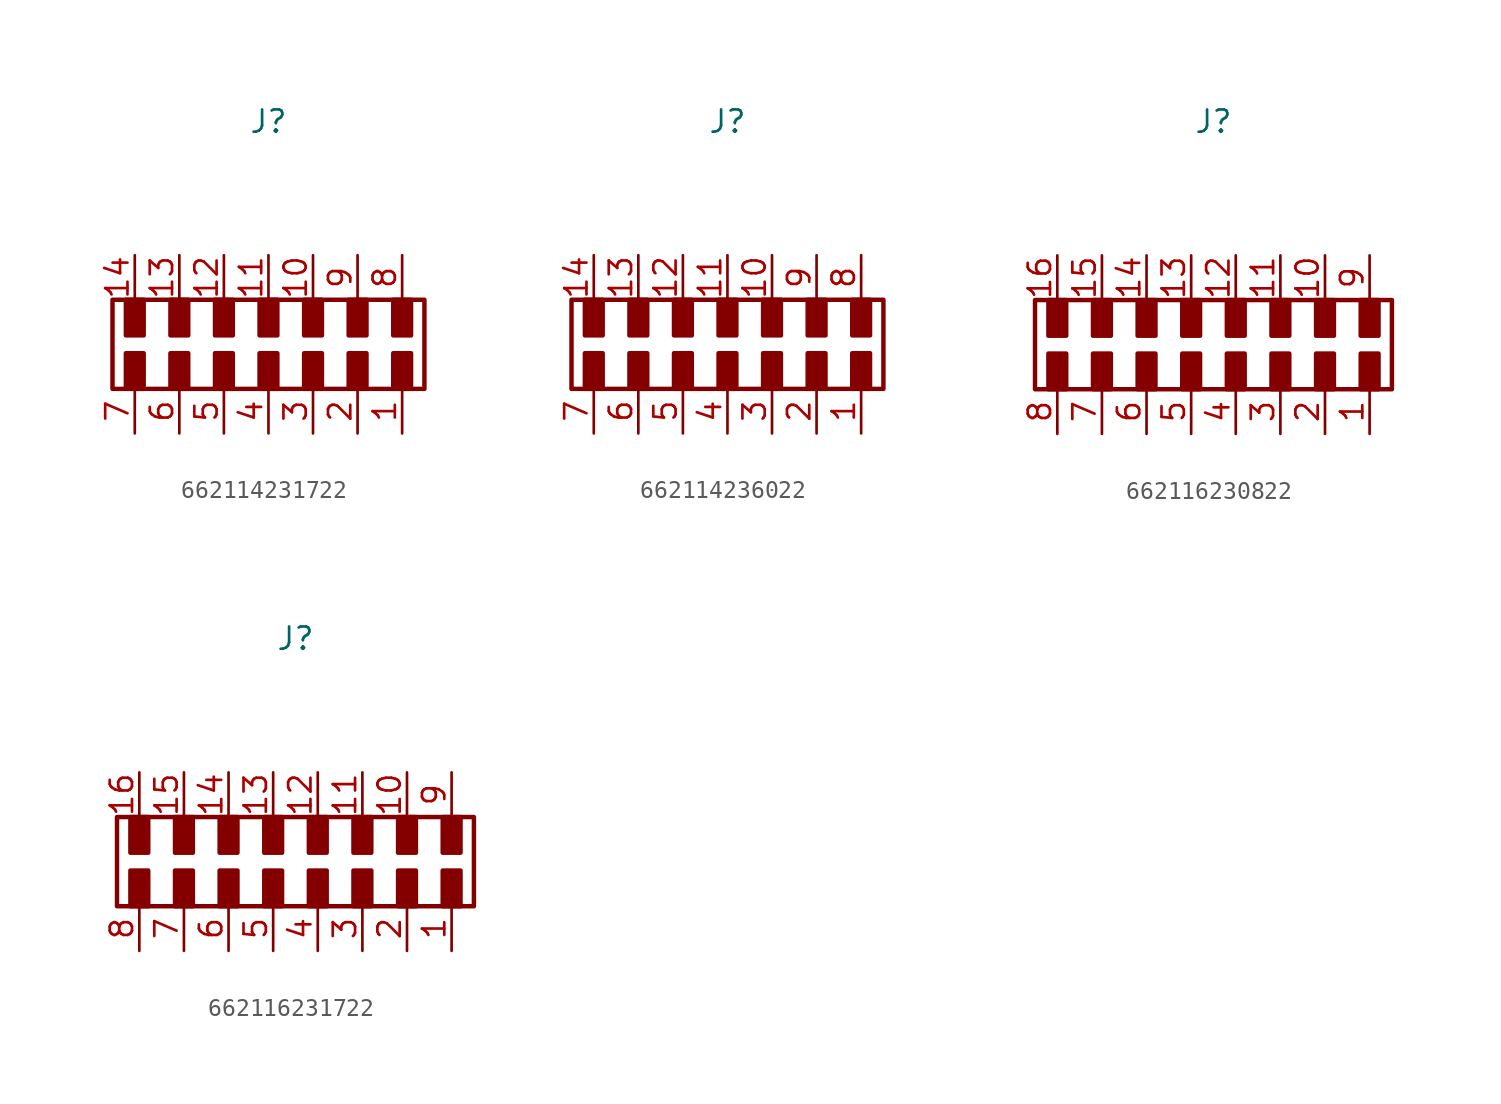
<source format=kicad_sym>
(kicad_symbol_lib
  (version 20241209)
  (generator "kicad_symbol_editor")
  (generator_version "9.0")
  (symbol "662114231722"
    (pin_names
      (hide yes))
    (property "Reference" "J"
      (at 0 12.7 0)
      (effects (font (size 1.27 1.27))))
    (symbol "662114231722_1_1"
      (rectangle (start -8.89 2.54) (end 8.89 -2.54) (stroke (width 0.254) (type solid)) (fill (type none)))
      (rectangle (start -8.128 2.54) (end -7.112 0.508) (stroke (width 0.254) (type solid)) (fill (type outline)))
      (rectangle (start -8.128 -0.508) (end -7.112 -2.54) (stroke (width 0.254) (type solid)) (fill (type outline)))
      (rectangle (start -5.588 2.54) (end -4.572 0.508) (stroke (width 0.254) (type solid)) (fill (type outline)))
      (rectangle (start -5.588 -0.508) (end -4.572 -2.54) (stroke (width 0.254) (type solid)) (fill (type outline)))
      (rectangle (start -3.048 2.54) (end -2.032 0.508) (stroke (width 0.254) (type solid)) (fill (type outline)))
      (rectangle (start -3.048 -0.508) (end -2.032 -2.54) (stroke (width 0.254) (type solid)) (fill (type outline)))
      (rectangle (start -0.508 2.54) (end 0.508 0.508) (stroke (width 0.254) (type solid)) (fill (type outline)))
      (rectangle (start -0.508 -0.508) (end 0.508 -2.54) (stroke (width 0.254) (type solid)) (fill (type outline)))
      (rectangle (start 2.032 2.54) (end 3.048 0.508) (stroke (width 0.254) (type solid)) (fill (type outline)))
      (rectangle (start 2.032 -0.508) (end 3.048 -2.54) (stroke (width 0.254) (type solid)) (fill (type outline)))
      (rectangle (start 4.572 2.54) (end 5.588 0.508) (stroke (width 0.254) (type solid)) (fill (type outline)))
      (rectangle (start 4.572 -0.508) (end 5.588 -2.54) (stroke (width 0.254) (type solid)) (fill (type outline)))
      (rectangle (start 7.112 2.54) (end 8.128 0.508) (stroke (width 0.254) (type solid)) (fill (type outline)))
      (rectangle (start 7.112 -0.508) (end 8.128 -2.54) (stroke (width 0.254) (type solid)) (fill (type outline)))
      (pin passive line (at -7.62 5.08 270) (length 2.54) (name "14" (effects (font (size 1.27 1.27)))) (number "14" (effects (font (size 1.27 1.27)))))
      (pin passive line (at -7.62 -5.08 90) (length 2.54) (name "7" (effects (font (size 1.27 1.27)))) (number "7" (effects (font (size 1.27 1.27)))))
      (pin passive line (at -5.08 5.08 270) (length 2.54) (name "13" (effects (font (size 1.27 1.27)))) (number "13" (effects (font (size 1.27 1.27)))))
      (pin passive line (at -5.08 -5.08 90) (length 2.54) (name "6" (effects (font (size 1.27 1.27)))) (number "6" (effects (font (size 1.27 1.27)))))
      (pin passive line (at -2.54 5.08 270) (length 2.54) (name "12" (effects (font (size 1.27 1.27)))) (number "12" (effects (font (size 1.27 1.27)))))
      (pin passive line (at -2.54 -5.08 90) (length 2.54) (name "5" (effects (font (size 1.27 1.27)))) (number "5" (effects (font (size 1.27 1.27)))))
      (pin passive line (at 0 5.08 270) (length 2.54) (name "11" (effects (font (size 1.27 1.27)))) (number "11" (effects (font (size 1.27 1.27)))))
      (pin passive line (at 0 -5.08 90) (length 2.54) (name "4" (effects (font (size 1.27 1.27)))) (number "4" (effects (font (size 1.27 1.27)))))
      (pin passive line (at 2.54 5.08 270) (length 2.54) (name "10" (effects (font (size 1.27 1.27)))) (number "10" (effects (font (size 1.27 1.27)))))
      (pin passive line (at 2.54 -5.08 90) (length 2.54) (name "3" (effects (font (size 1.27 1.27)))) (number "3" (effects (font (size 1.27 1.27)))))
      (pin passive line (at 5.08 5.08 270) (length 2.54) (name "9" (effects (font (size 1.27 1.27)))) (number "9" (effects (font (size 1.27 1.27)))))
      (pin passive line (at 5.08 -5.08 90) (length 2.54) (name "2" (effects (font (size 1.27 1.27)))) (number "2" (effects (font (size 1.27 1.27)))))
      (pin passive line (at 7.62 5.08 270) (length 2.54) (name "8" (effects (font (size 1.27 1.27)))) (number "8" (effects (font (size 1.27 1.27)))))
      (pin passive line (at 7.62 -5.08 90) (length 2.54) (name "1" (effects (font (size 1.27 1.27)))) (number "1" (effects (font (size 1.27 1.27)))))))
  (symbol "662114236022"
    (pin_names
      (hide yes))
    (property "Reference" "J"
      (at 0 12.7 0)
      (effects (font (size 1.27 1.27))))
    (symbol "662114236022_1_1"
      (rectangle (start -8.89 2.54) (end 8.89 -2.54) (stroke (width 0.254) (type solid)) (fill (type none)))
      (rectangle (start -8.128 2.54) (end -7.112 0.508) (stroke (width 0.254) (type solid)) (fill (type outline)))
      (rectangle (start -8.128 -0.508) (end -7.112 -2.54) (stroke (width 0.254) (type solid)) (fill (type outline)))
      (rectangle (start -5.588 2.54) (end -4.572 0.508) (stroke (width 0.254) (type solid)) (fill (type outline)))
      (rectangle (start -5.588 -0.508) (end -4.572 -2.54) (stroke (width 0.254) (type solid)) (fill (type outline)))
      (rectangle (start -3.048 2.54) (end -2.032 0.508) (stroke (width 0.254) (type solid)) (fill (type outline)))
      (rectangle (start -3.048 -0.508) (end -2.032 -2.54) (stroke (width 0.254) (type solid)) (fill (type outline)))
      (rectangle (start -0.508 2.54) (end 0.508 0.508) (stroke (width 0.254) (type solid)) (fill (type outline)))
      (rectangle (start -0.508 -0.508) (end 0.508 -2.54) (stroke (width 0.254) (type solid)) (fill (type outline)))
      (rectangle (start 2.032 2.54) (end 3.048 0.508) (stroke (width 0.254) (type solid)) (fill (type outline)))
      (rectangle (start 2.032 -0.508) (end 3.048 -2.54) (stroke (width 0.254) (type solid)) (fill (type outline)))
      (rectangle (start 4.572 2.54) (end 5.588 0.508) (stroke (width 0.254) (type solid)) (fill (type outline)))
      (rectangle (start 4.572 -0.508) (end 5.588 -2.54) (stroke (width 0.254) (type solid)) (fill (type outline)))
      (rectangle (start 7.112 2.54) (end 8.128 0.508) (stroke (width 0.254) (type solid)) (fill (type outline)))
      (rectangle (start 7.112 -0.508) (end 8.128 -2.54) (stroke (width 0.254) (type solid)) (fill (type outline)))
      (pin passive line (at -7.62 5.08 270) (length 2.54) (name "14" (effects (font (size 1.27 1.27)))) (number "14" (effects (font (size 1.27 1.27)))))
      (pin passive line (at -7.62 -5.08 90) (length 2.54) (name "7" (effects (font (size 1.27 1.27)))) (number "7" (effects (font (size 1.27 1.27)))))
      (pin passive line (at -5.08 5.08 270) (length 2.54) (name "13" (effects (font (size 1.27 1.27)))) (number "13" (effects (font (size 1.27 1.27)))))
      (pin passive line (at -5.08 -5.08 90) (length 2.54) (name "6" (effects (font (size 1.27 1.27)))) (number "6" (effects (font (size 1.27 1.27)))))
      (pin passive line (at -2.54 5.08 270) (length 2.54) (name "12" (effects (font (size 1.27 1.27)))) (number "12" (effects (font (size 1.27 1.27)))))
      (pin passive line (at -2.54 -5.08 90) (length 2.54) (name "5" (effects (font (size 1.27 1.27)))) (number "5" (effects (font (size 1.27 1.27)))))
      (pin passive line (at 0 5.08 270) (length 2.54) (name "11" (effects (font (size 1.27 1.27)))) (number "11" (effects (font (size 1.27 1.27)))))
      (pin passive line (at 0 -5.08 90) (length 2.54) (name "4" (effects (font (size 1.27 1.27)))) (number "4" (effects (font (size 1.27 1.27)))))
      (pin passive line (at 2.54 5.08 270) (length 2.54) (name "10" (effects (font (size 1.27 1.27)))) (number "10" (effects (font (size 1.27 1.27)))))
      (pin passive line (at 2.54 -5.08 90) (length 2.54) (name "3" (effects (font (size 1.27 1.27)))) (number "3" (effects (font (size 1.27 1.27)))))
      (pin passive line (at 5.08 5.08 270) (length 2.54) (name "9" (effects (font (size 1.27 1.27)))) (number "9" (effects (font (size 1.27 1.27)))))
      (pin passive line (at 5.08 -5.08 90) (length 2.54) (name "2" (effects (font (size 1.27 1.27)))) (number "2" (effects (font (size 1.27 1.27)))))
      (pin passive line (at 7.62 5.08 270) (length 2.54) (name "8" (effects (font (size 1.27 1.27)))) (number "8" (effects (font (size 1.27 1.27)))))
      (pin passive line (at 7.62 -5.08 90) (length 2.54) (name "1" (effects (font (size 1.27 1.27)))) (number "1" (effects (font (size 1.27 1.27)))))))
  (symbol "662116230822"
    (pin_names
      (hide yes))
    (property "Reference" "J"
      (at 0 12.7 0)
      (effects (font (size 1.27 1.27))))
    (symbol "662116230822_1_1"
      (rectangle (start -10.16 2.54) (end 10.16 -2.54) (stroke (width 0.254) (type solid)) (fill (type none)))
      (rectangle (start -9.398 2.54) (end -8.382 0.508) (stroke (width 0.254) (type solid)) (fill (type outline)))
      (rectangle (start -9.398 -0.508) (end -8.382 -2.54) (stroke (width 0.254) (type solid)) (fill (type outline)))
      (rectangle (start -6.858 2.54) (end -5.842 0.508) (stroke (width 0.254) (type solid)) (fill (type outline)))
      (rectangle (start -6.858 -0.508) (end -5.842 -2.54) (stroke (width 0.254) (type solid)) (fill (type outline)))
      (rectangle (start -4.318 2.54) (end -3.302 0.508) (stroke (width 0.254) (type solid)) (fill (type outline)))
      (rectangle (start -4.318 -0.508) (end -3.302 -2.54) (stroke (width 0.254) (type solid)) (fill (type outline)))
      (rectangle (start -1.778 2.54) (end -0.762 0.508) (stroke (width 0.254) (type solid)) (fill (type outline)))
      (rectangle (start -1.778 -0.508) (end -0.762 -2.54) (stroke (width 0.254) (type solid)) (fill (type outline)))
      (rectangle (start 0.762 2.54) (end 1.778 0.508) (stroke (width 0.254) (type solid)) (fill (type outline)))
      (rectangle (start 0.762 -0.508) (end 1.778 -2.54) (stroke (width 0.254) (type solid)) (fill (type outline)))
      (rectangle (start 3.302 2.54) (end 4.318 0.508) (stroke (width 0.254) (type solid)) (fill (type outline)))
      (rectangle (start 3.302 -0.508) (end 4.318 -2.54) (stroke (width 0.254) (type solid)) (fill (type outline)))
      (rectangle (start 5.842 2.54) (end 6.858 0.508) (stroke (width 0.254) (type solid)) (fill (type outline)))
      (rectangle (start 5.842 -0.508) (end 6.858 -2.54) (stroke (width 0.254) (type solid)) (fill (type outline)))
      (rectangle (start 8.382 2.54) (end 9.398 0.508) (stroke (width 0.254) (type solid)) (fill (type outline)))
      (rectangle (start 8.382 -0.508) (end 9.398 -2.54) (stroke (width 0.254) (type solid)) (fill (type outline)))
      (pin passive line (at -8.89 5.08 270) (length 2.54) (name "16" (effects (font (size 1.27 1.27)))) (number "16" (effects (font (size 1.27 1.27)))))
      (pin passive line (at -8.89 -5.08 90) (length 2.54) (name "8" (effects (font (size 1.27 1.27)))) (number "8" (effects (font (size 1.27 1.27)))))
      (pin passive line (at -6.35 5.08 270) (length 2.54) (name "15" (effects (font (size 1.27 1.27)))) (number "15" (effects (font (size 1.27 1.27)))))
      (pin passive line (at -6.35 -5.08 90) (length 2.54) (name "7" (effects (font (size 1.27 1.27)))) (number "7" (effects (font (size 1.27 1.27)))))
      (pin passive line (at -3.81 5.08 270) (length 2.54) (name "14" (effects (font (size 1.27 1.27)))) (number "14" (effects (font (size 1.27 1.27)))))
      (pin passive line (at -3.81 -5.08 90) (length 2.54) (name "6" (effects (font (size 1.27 1.27)))) (number "6" (effects (font (size 1.27 1.27)))))
      (pin passive line (at -1.27 5.08 270) (length 2.54) (name "13" (effects (font (size 1.27 1.27)))) (number "13" (effects (font (size 1.27 1.27)))))
      (pin passive line (at -1.27 -5.08 90) (length 2.54) (name "5" (effects (font (size 1.27 1.27)))) (number "5" (effects (font (size 1.27 1.27)))))
      (pin passive line (at 1.27 5.08 270) (length 2.54) (name "12" (effects (font (size 1.27 1.27)))) (number "12" (effects (font (size 1.27 1.27)))))
      (pin passive line (at 1.27 -5.08 90) (length 2.54) (name "4" (effects (font (size 1.27 1.27)))) (number "4" (effects (font (size 1.27 1.27)))))
      (pin passive line (at 3.81 5.08 270) (length 2.54) (name "11" (effects (font (size 1.27 1.27)))) (number "11" (effects (font (size 1.27 1.27)))))
      (pin passive line (at 3.81 -5.08 90) (length 2.54) (name "3" (effects (font (size 1.27 1.27)))) (number "3" (effects (font (size 1.27 1.27)))))
      (pin passive line (at 6.35 5.08 270) (length 2.54) (name "10" (effects (font (size 1.27 1.27)))) (number "10" (effects (font (size 1.27 1.27)))))
      (pin passive line (at 6.35 -5.08 90) (length 2.54) (name "2" (effects (font (size 1.27 1.27)))) (number "2" (effects (font (size 1.27 1.27)))))
      (pin passive line (at 8.89 5.08 270) (length 2.54) (name "9" (effects (font (size 1.27 1.27)))) (number "9" (effects (font (size 1.27 1.27)))))
      (pin passive line (at 8.89 -5.08 90) (length 2.54) (name "1" (effects (font (size 1.27 1.27)))) (number "1" (effects (font (size 1.27 1.27)))))))
  (symbol "662116231722"
    (pin_names
      (hide yes))
    (property "Reference" "J"
      (at 0 12.7 0)
      (effects (font (size 1.27 1.27))))
    (symbol "662116231722_1_1"
      (rectangle (start -10.16 2.54) (end 10.16 -2.54) (stroke (width 0.254) (type solid)) (fill (type none)))
      (rectangle (start -9.398 2.54) (end -8.382 0.508) (stroke (width 0.254) (type solid)) (fill (type outline)))
      (rectangle (start -9.398 -0.508) (end -8.382 -2.54) (stroke (width 0.254) (type solid)) (fill (type outline)))
      (rectangle (start -6.858 2.54) (end -5.842 0.508) (stroke (width 0.254) (type solid)) (fill (type outline)))
      (rectangle (start -6.858 -0.508) (end -5.842 -2.54) (stroke (width 0.254) (type solid)) (fill (type outline)))
      (rectangle (start -4.318 2.54) (end -3.302 0.508) (stroke (width 0.254) (type solid)) (fill (type outline)))
      (rectangle (start -4.318 -0.508) (end -3.302 -2.54) (stroke (width 0.254) (type solid)) (fill (type outline)))
      (rectangle (start -1.778 2.54) (end -0.762 0.508) (stroke (width 0.254) (type solid)) (fill (type outline)))
      (rectangle (start -1.778 -0.508) (end -0.762 -2.54) (stroke (width 0.254) (type solid)) (fill (type outline)))
      (rectangle (start 0.762 2.54) (end 1.778 0.508) (stroke (width 0.254) (type solid)) (fill (type outline)))
      (rectangle (start 0.762 -0.508) (end 1.778 -2.54) (stroke (width 0.254) (type solid)) (fill (type outline)))
      (rectangle (start 3.302 2.54) (end 4.318 0.508) (stroke (width 0.254) (type solid)) (fill (type outline)))
      (rectangle (start 3.302 -0.508) (end 4.318 -2.54) (stroke (width 0.254) (type solid)) (fill (type outline)))
      (rectangle (start 5.842 2.54) (end 6.858 0.508) (stroke (width 0.254) (type solid)) (fill (type outline)))
      (rectangle (start 5.842 -0.508) (end 6.858 -2.54) (stroke (width 0.254) (type solid)) (fill (type outline)))
      (rectangle (start 8.382 2.54) (end 9.398 0.508) (stroke (width 0.254) (type solid)) (fill (type outline)))
      (rectangle (start 8.382 -0.508) (end 9.398 -2.54) (stroke (width 0.254) (type solid)) (fill (type outline)))
      (pin passive line (at -8.89 5.08 270) (length 2.54) (name "16" (effects (font (size 1.27 1.27)))) (number "16" (effects (font (size 1.27 1.27)))))
      (pin passive line (at -8.89 -5.08 90) (length 2.54) (name "8" (effects (font (size 1.27 1.27)))) (number "8" (effects (font (size 1.27 1.27)))))
      (pin passive line (at -6.35 5.08 270) (length 2.54) (name "15" (effects (font (size 1.27 1.27)))) (number "15" (effects (font (size 1.27 1.27)))))
      (pin passive line (at -6.35 -5.08 90) (length 2.54) (name "7" (effects (font (size 1.27 1.27)))) (number "7" (effects (font (size 1.27 1.27)))))
      (pin passive line (at -3.81 5.08 270) (length 2.54) (name "14" (effects (font (size 1.27 1.27)))) (number "14" (effects (font (size 1.27 1.27)))))
      (pin passive line (at -3.81 -5.08 90) (length 2.54) (name "6" (effects (font (size 1.27 1.27)))) (number "6" (effects (font (size 1.27 1.27)))))
      (pin passive line (at -1.27 5.08 270) (length 2.54) (name "13" (effects (font (size 1.27 1.27)))) (number "13" (effects (font (size 1.27 1.27)))))
      (pin passive line (at -1.27 -5.08 90) (length 2.54) (name "5" (effects (font (size 1.27 1.27)))) (number "5" (effects (font (size 1.27 1.27)))))
      (pin passive line (at 1.27 5.08 270) (length 2.54) (name "12" (effects (font (size 1.27 1.27)))) (number "12" (effects (font (size 1.27 1.27)))))
      (pin passive line (at 1.27 -5.08 90) (length 2.54) (name "4" (effects (font (size 1.27 1.27)))) (number "4" (effects (font (size 1.27 1.27)))))
      (pin passive line (at 3.81 5.08 270) (length 2.54) (name "11" (effects (font (size 1.27 1.27)))) (number "11" (effects (font (size 1.27 1.27)))))
      (pin passive line (at 3.81 -5.08 90) (length 2.54) (name "3" (effects (font (size 1.27 1.27)))) (number "3" (effects (font (size 1.27 1.27)))))
      (pin passive line (at 6.35 5.08 270) (length 2.54) (name "10" (effects (font (size 1.27 1.27)))) (number "10" (effects (font (size 1.27 1.27)))))
      (pin passive line (at 6.35 -5.08 90) (length 2.54) (name "2" (effects (font (size 1.27 1.27)))) (number "2" (effects (font (size 1.27 1.27)))))
      (pin passive line (at 8.89 5.08 270) (length 2.54) (name "9" (effects (font (size 1.27 1.27)))) (number "9" (effects (font (size 1.27 1.27)))))
      (pin passive line (at 8.89 -5.08 90) (length 2.54) (name "1" (effects (font (size 1.27 1.27)))) (number "1" (effects (font (size 1.27 1.27))))))))
</source>
